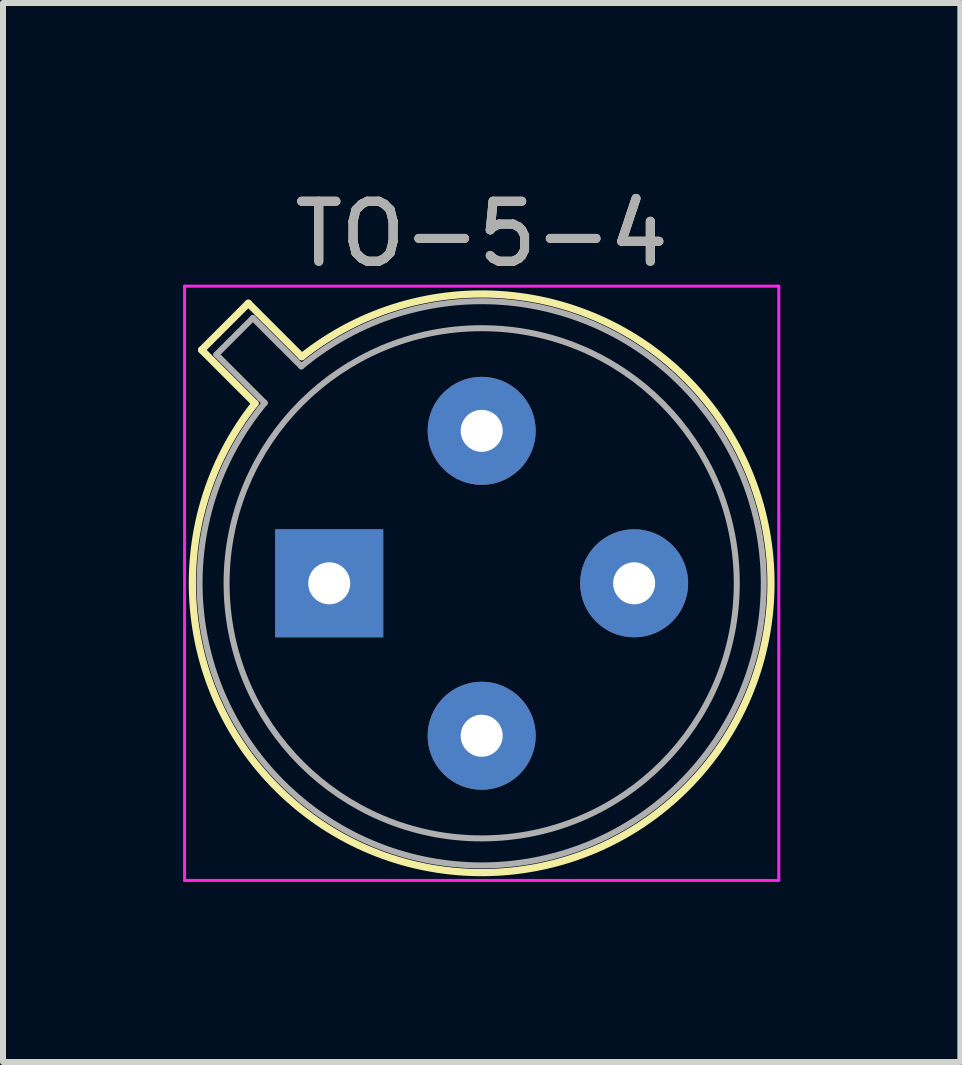
<source format=kicad_pcb>
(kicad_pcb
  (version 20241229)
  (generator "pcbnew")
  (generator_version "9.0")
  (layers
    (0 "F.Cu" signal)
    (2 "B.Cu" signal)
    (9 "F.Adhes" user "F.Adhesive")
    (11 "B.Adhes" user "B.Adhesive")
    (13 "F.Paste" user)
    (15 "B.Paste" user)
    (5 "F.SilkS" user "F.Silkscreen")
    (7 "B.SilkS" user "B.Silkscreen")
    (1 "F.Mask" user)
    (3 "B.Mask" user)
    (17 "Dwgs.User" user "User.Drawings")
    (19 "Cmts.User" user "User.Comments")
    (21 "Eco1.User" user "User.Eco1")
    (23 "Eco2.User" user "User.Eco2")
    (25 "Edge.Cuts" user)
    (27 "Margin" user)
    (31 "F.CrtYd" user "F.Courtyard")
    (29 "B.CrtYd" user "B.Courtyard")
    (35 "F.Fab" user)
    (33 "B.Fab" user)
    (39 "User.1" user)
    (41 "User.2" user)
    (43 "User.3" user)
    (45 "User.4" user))
  (footprint "TO-5-4"
    (layer "F.Cu")
    (at 2.435 6.668)
    (property "Reference" "TO-5-4" (at 2.54 -5.82 0) (layer "F.SilkS") (effects (font (size 1 1) (thickness 0.15))))
    (attr through_hole)
    (fp_line (start -2.126 -3.888) (end -1.235 -2.997) (stroke (width 0.12) (type solid)) (layer "F.SilkS"))
    (fp_line (start -1.348 -4.666) (end -2.126 -3.888) (stroke (width 0.12) (type solid)) (layer "F.SilkS"))
    (fp_line (start -0.457 -3.775) (end -1.348 -4.666) (stroke (width 0.12) (type solid)) (layer "F.SilkS"))
    (fp_arc (start -0.457084 -3.774902) (mid 5.948125 3.408384) (end -1.234674 -2.997371) (stroke (width 0.12) (type solid)) (layer "F.SilkS"))
    (fp_line (start -2.41 -4.95) (end -2.41 4.95) (stroke (width 0.05) (type solid)) (layer "F.CrtYd"))
    (fp_line (start -2.41 4.95) (end 7.49 4.95) (stroke (width 0.05) (type solid)) (layer "F.CrtYd"))
    (fp_line (start 7.49 -4.95) (end -2.41 -4.95) (stroke (width 0.05) (type solid)) (layer "F.CrtYd"))
    (fp_line (start 7.49 4.95) (end 7.49 -4.95) (stroke (width 0.05) (type solid)) (layer "F.CrtYd"))
    (fp_line (start -1.88 -3.812) (end -1.074 -3.005) (stroke (width 0.1) (type solid)) (layer "F.Fab"))
    (fp_line (start -1.272 -4.42) (end -1.88 -3.812) (stroke (width 0.1) (type solid)) (layer "F.Fab"))
    (fp_line (start -0.465 -3.614) (end -1.272 -4.42) (stroke (width 0.1) (type solid)) (layer "F.Fab"))
    (fp_arc (start -0.465408 -3.61352) (mid 5.863443 3.323361) (end -1.073594 -3.005319) (stroke (width 0.1) (type solid)) (layer "F.Fab"))
    (fp_circle (center 2.54 0) (end 6.79 0) (stroke (width 0.1) (type solid)) (fill no) (layer "F.Fab"))
    (fp_text user "${REFERENCE}" (at 2.54 -5.82 0) (layer "F.Fab") (effects (font (size 1 1) (thickness 0.15))))
    (pad "1" thru_hole rect (at 0 0) (size 1.8 1.8) (drill 0.7) (layers "*.Cu" "*.Mask"))
    (pad "2" thru_hole circle (at 2.54 2.54) (size 1.8 1.8) (drill 0.7) (layers "*.Cu" "*.Mask"))
    (pad "3" thru_hole circle (at 5.08 0) (size 1.8 1.8) (drill 0.7) (layers "*.Cu" "*.Mask"))
    (pad "4" thru_hole circle (at 2.54 -2.54) (size 1.8 1.8) (drill 0.7) (layers "*.Cu" "*.Mask")))
  (gr_rect
    (start -3 -3)
    (end 12.95 14.643)
    (stroke (width 0.1) (type default))
    (fill no)
    (layer "Edge.Cuts")))
</source>
